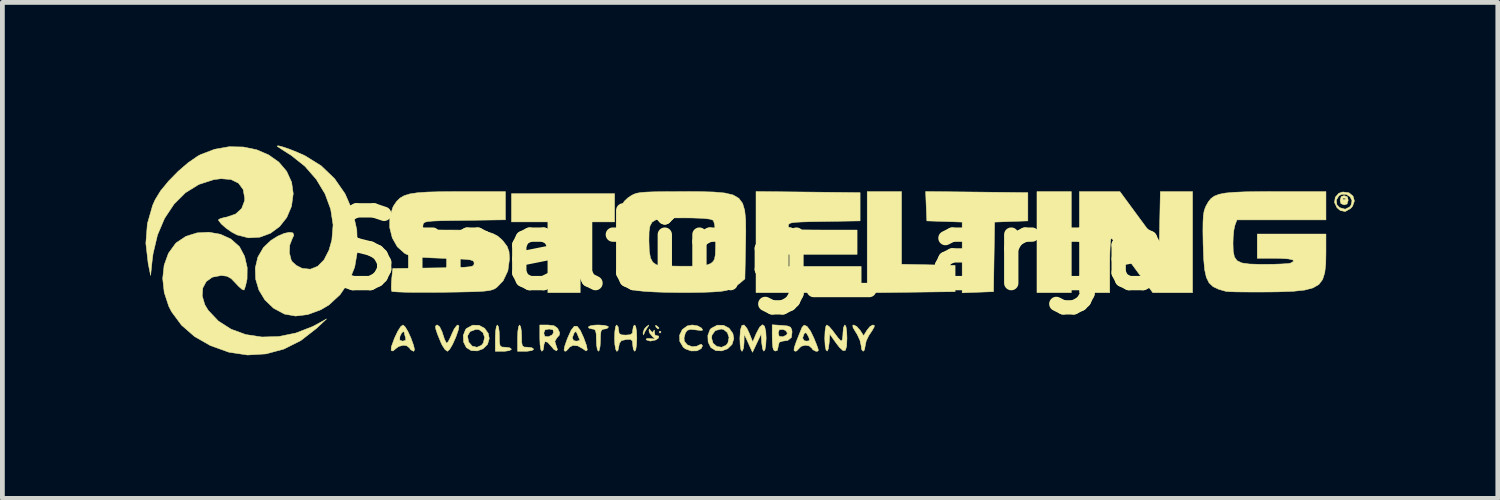
<source format=kicad_pcb>
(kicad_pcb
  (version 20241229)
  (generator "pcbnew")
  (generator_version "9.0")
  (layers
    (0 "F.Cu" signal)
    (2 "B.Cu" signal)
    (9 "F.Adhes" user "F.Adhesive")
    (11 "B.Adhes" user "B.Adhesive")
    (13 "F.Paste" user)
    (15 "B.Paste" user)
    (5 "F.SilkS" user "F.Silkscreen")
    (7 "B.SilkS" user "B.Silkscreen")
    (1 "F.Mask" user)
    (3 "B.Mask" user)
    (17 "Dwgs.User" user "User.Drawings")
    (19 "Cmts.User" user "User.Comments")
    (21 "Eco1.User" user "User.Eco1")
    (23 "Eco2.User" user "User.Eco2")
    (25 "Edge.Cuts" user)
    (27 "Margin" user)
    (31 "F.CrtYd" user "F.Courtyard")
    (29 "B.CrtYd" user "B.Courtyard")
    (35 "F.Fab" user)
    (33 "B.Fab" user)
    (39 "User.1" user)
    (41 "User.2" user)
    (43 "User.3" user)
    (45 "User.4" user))
  (footprint "Stoelting_Large"
    (layer "F.Cu")
    (at 12.617 2.191)
    (property "Reference" "Stoelting_Large" (at 0 0 0) (layer "F.SilkS") (effects (font (size 1.524 1.524) (thickness 0.3))))
    (attr through_hole)
    (fp_poly (pts (xy -1.82 1.714) (xy -1.841 1.736) (xy -1.863 1.714) (xy -1.841 1.693) (xy -1.82 1.714)) (stroke (width 0.01) (type solid)) (fill yes) (layer "F.SilkS"))
    (fp_poly (pts (xy 6.773 0.889) (xy 6.054 0.889) (xy 6.054 -1.228) (xy 6.773 -1.228) (xy 6.773 0.889)) (stroke (width 0.01) (type solid)) (fill yes) (layer "F.SilkS"))
    (fp_poly (pts (xy -1.912 1.583) (xy -1.866 1.623) (xy -1.863 1.632) (xy -1.883 1.65) (xy -1.925 1.611) (xy -1.93 1.602) (xy -1.935 1.573) (xy -1.912 1.583)) (stroke (width 0.01) (type solid)) (fill yes) (layer "F.SilkS"))
    (fp_poly (pts (xy 3.217 0.294) (xy 3.778 0.306) (xy 4.339 0.318) (xy 4.339 0.868) (xy 2.498 0.891) (xy 2.498 -1.228) (xy 3.217 -1.228) (xy 3.217 0.294)) (stroke (width 0.01) (type solid)) (fill yes) (layer "F.SilkS"))
    (fp_poly (pts (xy -2.794 -0.593) (xy -3.514 -0.593) (xy -3.514 0.889) (xy -4.191 0.889) (xy -4.191 -0.593) (xy -4.953 -0.593) (xy -4.953 -1.185) (xy -2.794 -1.185) (xy -2.794 -0.593)) (stroke (width 0.01) (type solid)) (fill yes) (layer "F.SilkS"))
    (fp_poly (pts (xy -2.084 1.587) (xy -2.1 1.609) (xy -2.155 1.699) (xy -2.171 1.736) (xy -2.191 1.775) (xy -2.198 1.731) (xy -2.198 1.73) (xy -2.17 1.65) (xy -2.127 1.603) (xy -2.077 1.567) (xy -2.084 1.587)) (stroke (width 0.01) (type solid)) (fill yes) (layer "F.SilkS"))
    (fp_poly (pts (xy 4.792 -1.218) (xy 5.863 -1.206) (xy 5.863 -0.614) (xy 5.515 -0.602) (xy 5.167 -0.589) (xy 5.155 0.139) (xy 5.144 0.868) (xy 4.815 0.88) (xy 4.487 0.893) (xy 4.487 -0.589) (xy 4.117 -0.602) (xy 3.747 -0.614) (xy 3.734 -0.921) (xy 3.722 -1.229) (xy 4.792 -1.218)) (stroke (width 0.01) (type solid)) (fill yes) (layer "F.SilkS"))
    (fp_poly (pts (xy 12.557 -1.116) (xy 12.573 -1.046) (xy 12.549 -0.968) (xy 12.488 -0.949) (xy 12.42 -0.977) (xy 12.404 -1.046) (xy 12.416 -1.087) (xy 12.46 -1.087) (xy 12.466 -1.061) (xy 12.488 -1.058) (xy 12.523 -1.074) (xy 12.517 -1.087) (xy 12.466 -1.092) (xy 12.46 -1.087) (xy 12.416 -1.087) (xy 12.428 -1.124) (xy 12.488 -1.143) (xy 12.557 -1.116)) (stroke (width 0.01) (type solid)) (fill yes) (layer "F.SilkS"))
    (fp_poly (pts (xy -5.226 1.605) (xy -5.211 1.703) (xy -5.207 1.799) (xy -5.205 1.932) (xy -5.191 2.002) (xy -5.154 2.028) (xy -5.082 2.032) (xy -5.08 2.032) (xy -4.991 2.044) (xy -4.953 2.074) (xy -4.953 2.074) (xy -4.991 2.101) (xy -5.084 2.116) (xy -5.122 2.117) (xy -5.292 2.117) (xy -5.292 1.841) (xy -5.286 1.698) (xy -5.27 1.599) (xy -5.249 1.566) (xy -5.226 1.605)) (stroke (width 0.01) (type solid)) (fill yes) (layer "F.SilkS"))
    (fp_poly (pts (xy -4.76 1.605) (xy -4.745 1.703) (xy -4.741 1.799) (xy -4.739 1.932) (xy -4.725 2.002) (xy -4.688 2.028) (xy -4.616 2.032) (xy -4.614 2.032) (xy -4.525 2.044) (xy -4.487 2.074) (xy -4.487 2.074) (xy -4.525 2.101) (xy -4.619 2.116) (xy -4.657 2.117) (xy -4.826 2.117) (xy -4.826 1.841) (xy -4.82 1.698) (xy -4.804 1.599) (xy -4.784 1.566) (xy -4.76 1.605)) (stroke (width 0.01) (type solid)) (fill yes) (layer "F.SilkS"))
    (fp_poly (pts (xy -2.036 1.688) (xy -2.001 1.724) (xy -1.975 1.688) (xy -1.959 1.673) (xy -1.959 1.714) (xy -1.946 1.779) (xy -1.916 1.789) (xy -1.868 1.799) (xy -1.874 1.839) (xy -1.93 1.879) (xy -2.047 1.904) (xy -2.125 1.88) (xy -2.134 1.869) (xy -2.116 1.848) (xy -2.041 1.85) (xy -1.965 1.859) (xy -1.962 1.841) (xy -2 1.808) (xy -2.06 1.735) (xy -2.074 1.689) (xy -2.066 1.651) (xy -2.036 1.688)) (stroke (width 0.01) (type solid)) (fill yes) (layer "F.SilkS"))
    (fp_poly (pts (xy 8.203 -0.668) (xy 8.615 -0.109) (xy 8.627 -0.668) (xy 8.638 -1.228) (xy 9.313 -1.228) (xy 9.313 0.889) (xy 8.48 0.889) (xy 8.061 0.319) (xy 7.92 0.129) (xy 7.795 -0.033) (xy 7.696 -0.159) (xy 7.63 -0.235) (xy 7.609 -0.253) (xy 7.598 -0.214) (xy 7.588 -0.105) (xy 7.581 0.058) (xy 7.578 0.259) (xy 7.578 0.318) (xy 7.578 0.889) (xy 6.943 0.889) (xy 6.943 -1.228) (xy 7.791 -1.228) (xy 8.203 -0.668)) (stroke (width 0.01) (type solid)) (fill yes) (layer "F.SilkS"))
    (fp_poly (pts (xy 2.647 1.575) (xy 2.643 1.61) (xy 2.599 1.687) (xy 2.533 1.785) (xy 2.477 1.9) (xy 2.455 2.007) (xy 2.441 2.088) (xy 2.413 2.117) (xy 2.382 2.08) (xy 2.371 1.999) (xy 2.347 1.891) (xy 2.288 1.763) (xy 2.263 1.724) (xy 2.202 1.622) (xy 2.195 1.574) (xy 2.216 1.566) (xy 2.28 1.599) (xy 2.349 1.677) (xy 2.35 1.679) (xy 2.423 1.791) (xy 2.491 1.679) (xy 2.556 1.599) (xy 2.616 1.566) (xy 2.647 1.575)) (stroke (width 0.01) (type solid)) (fill yes) (layer "F.SilkS"))
    (fp_poly (pts (xy -3.012 1.574) (xy -2.935 1.593) (xy -2.921 1.609) (xy -2.956 1.643) (xy -3.006 1.651) (xy -3.055 1.661) (xy -3.08 1.705) (xy -3.089 1.802) (xy -3.09 1.884) (xy -3.097 2.011) (xy -3.115 2.096) (xy -3.133 2.117) (xy -3.156 2.078) (xy -3.171 1.98) (xy -3.175 1.884) (xy -3.179 1.749) (xy -3.195 1.679) (xy -3.23 1.653) (xy -3.26 1.651) (xy -3.328 1.633) (xy -3.344 1.609) (xy -3.306 1.585) (xy -3.209 1.569) (xy -3.133 1.566) (xy -3.012 1.574)) (stroke (width 0.01) (type solid)) (fill yes) (layer "F.SilkS"))
    (fp_poly (pts (xy 1.259 -1.218) (xy 2.349 -1.206) (xy 2.349 -0.614) (xy 1.598 -0.602) (xy 1.329 -0.598) (xy 1.133 -0.592) (xy 0.999 -0.585) (xy 0.915 -0.574) (xy 0.869 -0.558) (xy 0.85 -0.536) (xy 0.847 -0.507) (xy 0.851 -0.477) (xy 0.87 -0.454) (xy 0.918 -0.44) (xy 1.005 -0.43) (xy 1.143 -0.426) (xy 1.344 -0.424) (xy 1.566 -0.423) (xy 2.286 -0.423) (xy 2.286 0.085) (xy 0.847 0.085) (xy 0.847 0.339) (xy 2.371 0.339) (xy 2.371 0.889) (xy 0.169 0.889) (xy 0.169 -1.229) (xy 1.259 -1.218)) (stroke (width 0.01) (type solid)) (fill yes) (layer "F.SilkS"))
    (fp_poly (pts (xy 12.59 -1.203) (xy 12.674 -1.133) (xy 12.703 -1.032) (xy 12.664 -0.921) (xy 12.623 -0.874) (xy 12.512 -0.811) (xy 12.408 -0.831) (xy 12.339 -0.89) (xy 12.286 -1) (xy 12.294 -1.051) (xy 12.325 -1.051) (xy 12.336 -0.953) (xy 12.393 -0.892) (xy 12.51 -0.859) (xy 12.605 -0.907) (xy 12.632 -0.942) (xy 12.653 -1.037) (xy 12.613 -1.119) (xy 12.534 -1.17) (xy 12.438 -1.172) (xy 12.38 -1.141) (xy 12.325 -1.051) (xy 12.294 -1.051) (xy 12.303 -1.11) (xy 12.377 -1.193) (xy 12.46 -1.22) (xy 12.59 -1.203)) (stroke (width 0.01) (type solid)) (fill yes) (layer "F.SilkS"))
    (fp_poly (pts (xy -6.053 1.589) (xy -6.065 1.665) (xy -6.113 1.804) (xy -6.128 1.841) (xy -6.19 1.978) (xy -6.249 2.077) (xy -6.294 2.117) (xy -6.295 2.117) (xy -6.345 2.081) (xy -6.404 1.991) (xy -6.43 1.937) (xy -6.502 1.762) (xy -6.539 1.651) (xy -6.545 1.59) (xy -6.521 1.568) (xy -6.507 1.566) (xy -6.457 1.605) (xy -6.408 1.708) (xy -6.392 1.757) (xy -6.355 1.869) (xy -6.32 1.938) (xy -6.308 1.947) (xy -6.276 1.911) (xy -6.23 1.82) (xy -6.204 1.757) (xy -6.151 1.645) (xy -6.097 1.577) (xy -6.075 1.566) (xy -6.053 1.589)) (stroke (width 0.01) (type solid)) (fill yes) (layer "F.SilkS"))
    (fp_poly (pts (xy -1.053 1.585) (xy -0.974 1.63) (xy -0.972 1.631) (xy -0.948 1.671) (xy -0.976 1.683) (xy -1.069 1.672) (xy -1.09 1.669) (xy -1.206 1.658) (xy -1.27 1.678) (xy -1.311 1.733) (xy -1.339 1.838) (xy -1.333 1.907) (xy -1.271 1.982) (xy -1.17 2.021) (xy -1.07 2.011) (xy -1.043 1.995) (xy -0.978 1.968) (xy -0.952 2.002) (xy -0.979 2.06) (xy -1.068 2.108) (xy -1.19 2.11) (xy -1.309 2.067) (xy -1.355 2.032) (xy -1.428 1.91) (xy -1.432 1.78) (xy -1.377 1.664) (xy -1.272 1.586) (xy -1.167 1.566) (xy -1.053 1.585)) (stroke (width 0.01) (type solid)) (fill yes) (layer "F.SilkS"))
    (fp_poly (pts (xy -5.633 1.573) (xy -5.516 1.635) (xy -5.438 1.745) (xy -5.419 1.851) (xy -5.455 1.973) (xy -5.547 2.063) (xy -5.669 2.109) (xy -5.796 2.103) (xy -5.899 2.039) (xy -5.957 1.923) (xy -5.962 1.795) (xy -5.874 1.795) (xy -5.852 1.92) (xy -5.851 1.923) (xy -5.776 2.009) (xy -5.676 2.033) (xy -5.581 1.991) (xy -5.543 1.942) (xy -5.516 1.825) (xy -5.55 1.725) (xy -5.632 1.665) (xy -5.701 1.659) (xy -5.821 1.704) (xy -5.874 1.795) (xy -5.962 1.795) (xy -5.963 1.786) (xy -5.917 1.665) (xy -5.892 1.636) (xy -5.766 1.57) (xy -5.633 1.573)) (stroke (width 0.01) (type solid)) (fill yes) (layer "F.SilkS"))
    (fp_poly (pts (xy -0.51 1.573) (xy -0.394 1.635) (xy -0.316 1.745) (xy -0.296 1.851) (xy -0.333 1.973) (xy -0.424 2.063) (xy -0.547 2.109) (xy -0.674 2.103) (xy -0.777 2.039) (xy -0.834 1.923) (xy -0.838 1.841) (xy -0.762 1.841) (xy -0.73 1.95) (xy -0.65 2.016) (xy -0.551 2.033) (xy -0.458 1.991) (xy -0.42 1.942) (xy -0.396 1.828) (xy -0.431 1.725) (xy -0.511 1.66) (xy -0.562 1.651) (xy -0.685 1.684) (xy -0.753 1.777) (xy -0.762 1.841) (xy -0.838 1.841) (xy -0.84 1.786) (xy -0.795 1.665) (xy -0.769 1.636) (xy -0.643 1.57) (xy -0.51 1.573)) (stroke (width 0.01) (type solid)) (fill yes) (layer "F.SilkS"))
    (fp_poly (pts (xy 0.348 1.592) (xy 0.374 1.703) (xy 0.381 1.841) (xy 0.373 1.994) (xy 0.355 2.087) (xy 0.331 2.114) (xy 0.307 2.069) (xy 0.289 1.947) (xy 0.288 1.937) (xy 0.275 1.757) (xy 0.095 2.138) (xy 0.008 1.947) (xy -0.079 1.757) (xy -0.082 1.937) (xy -0.092 2.047) (xy -0.116 2.11) (xy -0.127 2.117) (xy -0.149 2.078) (xy -0.164 1.975) (xy -0.169 1.841) (xy -0.158 1.671) (xy -0.128 1.578) (xy -0.082 1.565) (xy -0.023 1.633) (xy 0.029 1.743) (xy 0.1 1.921) (xy 0.175 1.743) (xy 0.245 1.611) (xy 0.304 1.561) (xy 0.348 1.592)) (stroke (width 0.01) (type solid)) (fill yes) (layer "F.SilkS"))
    (fp_poly (pts (xy 0.709 1.575) (xy 0.831 1.587) (xy 0.893 1.613) (xy 0.918 1.668) (xy 0.924 1.71) (xy 0.911 1.827) (xy 0.834 1.89) (xy 0.73 1.904) (xy 0.657 1.926) (xy 0.635 2.002) (xy 0.635 2.011) (xy 0.617 2.098) (xy 0.571 2.113) (xy 0.536 2.088) (xy 0.521 2.034) (xy 0.511 1.922) (xy 0.508 1.811) (xy 0.508 1.736) (xy 0.635 1.736) (xy 0.654 1.804) (xy 0.726 1.813) (xy 0.73 1.813) (xy 0.805 1.778) (xy 0.826 1.736) (xy 0.789 1.681) (xy 0.73 1.659) (xy 0.656 1.666) (xy 0.635 1.732) (xy 0.635 1.736) (xy 0.508 1.736) (xy 0.508 1.562) (xy 0.709 1.575)) (stroke (width 0.01) (type solid)) (fill yes) (layer "F.SilkS"))
    (fp_poly (pts (xy 2.054 1.605) (xy 2.069 1.708) (xy 2.074 1.841) (xy 2.067 2.01) (xy 2.041 2.097) (xy 1.992 2.104) (xy 1.916 2.034) (xy 1.841 1.936) (xy 1.714 1.757) (xy 1.701 1.937) (xy 1.684 2.064) (xy 1.661 2.113) (xy 1.636 2.091) (xy 1.617 2.002) (xy 1.609 1.853) (xy 1.609 1.841) (xy 1.615 1.696) (xy 1.631 1.598) (xy 1.651 1.566) (xy 1.699 1.598) (xy 1.77 1.68) (xy 1.81 1.734) (xy 1.884 1.832) (xy 1.941 1.894) (xy 1.958 1.903) (xy 1.978 1.867) (xy 1.989 1.774) (xy 1.99 1.736) (xy 1.999 1.63) (xy 2.023 1.571) (xy 2.032 1.566) (xy 2.054 1.605)) (stroke (width 0.01) (type solid)) (fill yes) (layer "F.SilkS"))
    (fp_poly (pts (xy -3.577 1.594) (xy -3.512 1.678) (xy -3.44 1.836) (xy -3.381 1.999) (xy -3.365 2.089) (xy -3.392 2.11) (xy -3.461 2.062) (xy -3.464 2.06) (xy -3.563 2.004) (xy -3.666 1.994) (xy -3.74 2.032) (xy -3.752 2.053) (xy -3.804 2.109) (xy -3.832 2.117) (xy -3.853 2.092) (xy -3.838 2.01) (xy -3.787 1.864) (xy -3.777 1.84) (xy -3.775 1.835) (xy -3.68 1.835) (xy -3.651 1.893) (xy -3.596 1.905) (xy -3.533 1.893) (xy -3.526 1.873) (xy -3.553 1.81) (xy -3.573 1.758) (xy -3.602 1.703) (xy -3.634 1.724) (xy -3.642 1.737) (xy -3.68 1.835) (xy -3.775 1.835) (xy -3.703 1.675) (xy -3.638 1.593) (xy -3.577 1.594)) (stroke (width 0.01) (type solid)) (fill yes) (layer "F.SilkS"))
    (fp_poly (pts (xy -2.349 1.605) (xy -2.333 1.708) (xy -2.328 1.841) (xy -2.334 1.985) (xy -2.35 2.084) (xy -2.371 2.117) (xy -2.4 2.08) (xy -2.413 1.991) (xy -2.413 1.987) (xy -2.421 1.899) (xy -2.461 1.868) (xy -2.551 1.871) (xy -2.649 1.893) (xy -2.692 1.949) (xy -2.702 2) (xy -2.722 2.098) (xy -2.746 2.12) (xy -2.77 2.077) (xy -2.788 1.977) (xy -2.794 1.841) (xy -2.788 1.698) (xy -2.772 1.599) (xy -2.752 1.566) (xy -2.72 1.603) (xy -2.709 1.672) (xy -2.698 1.744) (xy -2.648 1.773) (xy -2.561 1.778) (xy -2.461 1.77) (xy -2.42 1.735) (xy -2.413 1.672) (xy -2.399 1.593) (xy -2.371 1.566) (xy -2.349 1.605)) (stroke (width 0.01) (type solid)) (fill yes) (layer "F.SilkS"))
    (fp_poly (pts (xy -7.183 1.603) (xy -7.124 1.699) (xy -7.062 1.834) (xy -7.059 1.841) (xy -7.003 1.996) (xy -6.984 2.085) (xy -7.001 2.116) (xy -7.005 2.117) (xy -7.067 2.083) (xy -7.085 2.053) (xy -7.142 2.004) (xy -7.211 1.99) (xy -7.313 2.015) (xy -7.366 2.053) (xy -7.435 2.111) (xy -7.474 2.1) (xy -7.47 2.025) (xy -7.469 2.021) (xy -7.405 1.845) (xy -7.393 1.82) (xy -7.293 1.82) (xy -7.292 1.887) (xy -7.231 1.905) (xy -7.169 1.886) (xy -7.171 1.838) (xy -7.194 1.756) (xy -7.197 1.73) (xy -7.213 1.701) (xy -7.25 1.729) (xy -7.285 1.794) (xy -7.293 1.82) (xy -7.393 1.82) (xy -7.336 1.699) (xy -7.273 1.6) (xy -7.226 1.566) (xy -7.183 1.603)) (stroke (width 0.01) (type solid)) (fill yes) (layer "F.SilkS"))
    (fp_poly (pts (xy 1.239 1.597) (xy 1.311 1.695) (xy 1.38 1.838) (xy 1.439 1.983) (xy 1.469 2.067) (xy 1.474 2.105) (xy 1.455 2.116) (xy 1.423 2.117) (xy 1.357 2.083) (xy 1.339 2.053) (xy 1.283 2.005) (xy 1.206 1.99) (xy 1.116 2.012) (xy 1.074 2.053) (xy 1.021 2.109) (xy 0.991 2.117) (xy 0.964 2.1) (xy 0.97 2.039) (xy 1.011 1.92) (xy 1.021 1.894) (xy 1.043 1.839) (xy 1.145 1.839) (xy 1.178 1.895) (xy 1.227 1.905) (xy 1.283 1.896) (xy 1.284 1.851) (xy 1.262 1.798) (xy 1.219 1.729) (xy 1.183 1.738) (xy 1.179 1.745) (xy 1.145 1.839) (xy 1.043 1.839) (xy 1.074 1.762) (xy 1.116 1.657) (xy 1.132 1.617) (xy 1.177 1.569) (xy 1.239 1.597)) (stroke (width 0.01) (type solid)) (fill yes) (layer "F.SilkS"))
    (fp_poly (pts (xy -4.063 1.581) (xy -3.991 1.632) (xy -3.981 1.648) (xy -3.943 1.73) (xy -3.953 1.782) (xy -4.003 1.837) (xy -4.045 1.908) (xy -4.02 1.992) (xy -4.02 1.992) (xy -3.99 2.079) (xy -4.01 2.108) (xy -4.067 2.076) (xy -4.113 2.021) (xy -4.196 1.928) (xy -4.25 1.914) (xy -4.274 1.978) (xy -4.276 2.011) (xy -4.29 2.09) (xy -4.318 2.117) (xy -4.34 2.078) (xy -4.355 1.975) (xy -4.36 1.841) (xy -4.36 1.739) (xy -4.276 1.739) (xy -4.255 1.804) (xy -4.181 1.813) (xy -4.181 1.813) (xy -4.1 1.773) (xy -4.072 1.725) (xy -4.084 1.668) (xy -4.16 1.651) (xy -4.167 1.651) (xy -4.251 1.669) (xy -4.276 1.734) (xy -4.276 1.739) (xy -4.36 1.739) (xy -4.36 1.566) (xy -4.192 1.566) (xy -4.063 1.581)) (stroke (width 0.01) (type solid)) (fill yes) (layer "F.SilkS"))
    (fp_poly (pts (xy -10.57 -2.162) (xy -10.29 -2.104) (xy -10.039 -1.996) (xy -9.826 -1.845) (xy -9.663 -1.653) (xy -9.559 -1.426) (xy -9.525 -1.186) (xy -9.561 -0.919) (xy -9.66 -0.686) (xy -9.811 -0.495) (xy -10.003 -0.354) (xy -10.224 -0.273) (xy -10.462 -0.259) (xy -10.701 -0.32) (xy -10.814 -0.38) (xy -10.931 -0.462) (xy -11.029 -0.548) (xy -11.085 -0.618) (xy -11.091 -0.638) (xy -11.054 -0.661) (xy -10.96 -0.687) (xy -10.919 -0.694) (xy -10.733 -0.757) (xy -10.605 -0.873) (xy -10.545 -1.032) (xy -10.541 -1.089) (xy -10.574 -1.273) (xy -10.672 -1.405) (xy -10.828 -1.481) (xy -11.038 -1.498) (xy -11.188 -1.479) (xy -11.501 -1.378) (xy -11.781 -1.205) (xy -12.022 -0.965) (xy -12.22 -0.667) (xy -12.368 -0.319) (xy -12.461 0.074) (xy -12.479 0.212) (xy -12.512 0.529) (xy -12.563 0.279) (xy -12.612 -0.145) (xy -12.58 -0.555) (xy -12.469 -0.942) (xy -12.417 -1.058) (xy -12.303 -1.244) (xy -12.135 -1.448) (xy -11.935 -1.652) (xy -11.725 -1.833) (xy -11.525 -1.971) (xy -11.47 -2.001) (xy -11.17 -2.115) (xy -10.867 -2.168) (xy -10.57 -2.162)) (stroke (width 0.01) (type solid)) (fill yes) (layer "F.SilkS"))
    (fp_poly (pts (xy -11.049 -0.334) (xy -10.831 -0.234) (xy -10.657 -0.08) (xy -10.648 -0.069) (xy -10.543 0.129) (xy -10.489 0.365) (xy -10.492 0.603) (xy -10.496 0.626) (xy -10.523 0.743) (xy -10.549 0.821) (xy -10.557 0.834) (xy -10.597 0.82) (xy -10.67 0.756) (xy -10.726 0.696) (xy -10.824 0.594) (xy -10.911 0.545) (xy -11.019 0.531) (xy -11.041 0.531) (xy -11.219 0.565) (xy -11.347 0.656) (xy -11.419 0.791) (xy -11.431 0.957) (xy -11.378 1.139) (xy -11.307 1.258) (xy -11.092 1.485) (xy -10.825 1.655) (xy -10.518 1.767) (xy -10.181 1.818) (xy -9.828 1.808) (xy -9.47 1.735) (xy -9.117 1.598) (xy -9.017 1.545) (xy -8.826 1.439) (xy -9.041 1.64) (xy -9.365 1.892) (xy -9.72 2.07) (xy -10.096 2.172) (xy -10.482 2.195) (xy -10.87 2.137) (xy -10.88 2.134) (xy -11.26 1.998) (xy -11.592 1.808) (xy -11.865 1.57) (xy -12.072 1.291) (xy -12.132 1.174) (xy -12.227 0.885) (xy -12.259 0.593) (xy -12.229 0.314) (xy -12.139 0.065) (xy -11.991 -0.139) (xy -11.973 -0.157) (xy -11.774 -0.29) (xy -11.541 -0.363) (xy -11.292 -0.377) (xy -11.049 -0.334)) (stroke (width 0.01) (type solid)) (fill yes) (layer "F.SilkS"))
    (fp_poly (pts (xy -9.735 -2.161) (xy -9.603 -2.116) (xy -9.452 -2.056) (xy -9.302 -1.99) (xy -9.272 -1.975) (xy -8.938 -1.767) (xy -8.659 -1.499) (xy -8.438 -1.18) (xy -8.281 -0.819) (xy -8.193 -0.425) (xy -8.178 -0.007) (xy -8.179 0.013) (xy -8.237 0.352) (xy -8.361 0.662) (xy -8.543 0.93) (xy -8.774 1.144) (xy -8.944 1.246) (xy -9.22 1.348) (xy -9.478 1.379) (xy -9.707 1.338) (xy -9.708 1.338) (xy -9.939 1.214) (xy -10.119 1.041) (xy -10.244 0.834) (xy -10.312 0.606) (xy -10.32 0.372) (xy -10.266 0.145) (xy -10.147 -0.059) (xy -9.991 -0.206) (xy -9.846 -0.296) (xy -9.713 -0.353) (xy -9.604 -0.375) (xy -9.532 -0.363) (xy -9.512 -0.314) (xy -9.546 -0.242) (xy -9.598 -0.107) (xy -9.605 0.056) (xy -9.568 0.204) (xy -9.546 0.241) (xy -9.462 0.317) (xy -9.345 0.377) (xy -9.337 0.38) (xy -9.166 0.398) (xy -9.012 0.336) (xy -8.88 0.202) (xy -8.776 -0.001) (xy -8.716 -0.211) (xy -8.69 -0.53) (xy -8.74 -0.858) (xy -8.859 -1.181) (xy -9.042 -1.485) (xy -9.281 -1.759) (xy -9.57 -1.989) (xy -9.613 -2.016) (xy -9.737 -2.095) (xy -9.827 -2.154) (xy -9.864 -2.182) (xy -9.864 -2.183) (xy -9.828 -2.186) (xy -9.735 -2.161)) (stroke (width 0.01) (type solid)) (fill yes) (layer "F.SilkS"))
    (fp_poly (pts (xy 12.107 -0.635) (xy 10.243 -0.635) (xy 10.201 -0.526) (xy 10.179 -0.426) (xy 10.164 -0.278) (xy 10.16 -0.145) (xy 10.165 0.023) (xy 10.19 0.142) (xy 10.246 0.22) (xy 10.346 0.267) (xy 10.502 0.289) (xy 10.726 0.296) (xy 10.813 0.296) (xy 11.012 0.294) (xy 11.184 0.288) (xy 11.309 0.28) (xy 11.363 0.271) (xy 11.429 0.233) (xy 11.414 0.203) (xy 11.322 0.182) (xy 11.156 0.171) (xy 11.049 0.169) (xy 10.668 0.169) (xy 10.668 -0.339) (xy 12.107 -0.339) (xy 12.107 0.044) (xy 12.103 0.283) (xy 12.082 0.471) (xy 12.037 0.614) (xy 11.958 0.718) (xy 11.836 0.789) (xy 11.662 0.835) (xy 11.428 0.86) (xy 11.123 0.872) (xy 10.901 0.875) (xy 10.643 0.876) (xy 10.411 0.875) (xy 10.218 0.873) (xy 10.08 0.868) (xy 10.012 0.862) (xy 10.012 0.862) (xy 9.858 0.818) (xy 9.742 0.763) (xy 9.659 0.684) (xy 9.602 0.569) (xy 9.566 0.407) (xy 9.546 0.185) (xy 9.535 -0.108) (xy 9.534 -0.148) (xy 9.53 -0.403) (xy 9.532 -0.59) (xy 9.539 -0.723) (xy 9.555 -0.819) (xy 9.58 -0.894) (xy 9.597 -0.931) (xy 9.645 -1.015) (xy 9.699 -1.082) (xy 9.77 -1.133) (xy 9.867 -1.171) (xy 10 -1.197) (xy 10.179 -1.213) (xy 10.415 -1.223) (xy 10.716 -1.227) (xy 11.038 -1.228) (xy 12.107 -1.228) (xy 12.107 -0.635)) (stroke (width 0.01) (type solid)) (fill yes) (layer "F.SilkS"))
    (fp_poly (pts (xy -1.011 -1.227) (xy -0.713 -1.219) (xy -0.482 -1.198) (xy -0.311 -1.157) (xy -0.191 -1.087) (xy -0.112 -0.981) (xy -0.068 -0.833) (xy -0.048 -0.636) (xy -0.045 -0.382) (xy -0.05 -0.097) (xy -0.064 0.6) (xy -0.18 0.7) (xy -0.304 0.781) (xy -0.446 0.842) (xy -0.455 0.844) (xy -0.562 0.861) (xy -0.734 0.874) (xy -0.953 0.882) (xy -1.203 0.886) (xy -1.466 0.886) (xy -1.726 0.882) (xy -1.964 0.874) (xy -2.164 0.862) (xy -2.308 0.847) (xy -2.367 0.834) (xy -2.476 0.787) (xy -2.559 0.728) (xy -2.617 0.642) (xy -2.657 0.519) (xy -2.681 0.345) (xy -2.695 0.108) (xy -2.702 -0.127) (xy -2.702 -0.196) (xy -2.074 -0.196) (xy -2.067 0.017) (xy -2.042 0.161) (xy -1.994 0.252) (xy -1.919 0.304) (xy -1.905 0.309) (xy -1.839 0.319) (xy -1.708 0.327) (xy -1.532 0.333) (xy -1.354 0.335) (xy -1.122 0.334) (xy -0.96 0.325) (xy -0.851 0.307) (xy -0.781 0.279) (xy -0.771 0.273) (xy -0.727 0.234) (xy -0.699 0.182) (xy -0.684 0.096) (xy -0.678 -0.041) (xy -0.677 -0.184) (xy -0.683 -0.4) (xy -0.7 -0.55) (xy -0.727 -0.625) (xy -0.728 -0.627) (xy -0.796 -0.651) (xy -0.942 -0.668) (xy -1.169 -0.676) (xy -1.333 -0.677) (xy -1.599 -0.676) (xy -1.793 -0.665) (xy -1.925 -0.639) (xy -2.008 -0.589) (xy -2.052 -0.508) (xy -2.071 -0.388) (xy -2.074 -0.222) (xy -2.074 -0.196) (xy -2.702 -0.196) (xy -2.705 -0.422) (xy -2.699 -0.647) (xy -2.68 -0.813) (xy -2.645 -0.935) (xy -2.591 -1.025) (xy -2.514 -1.097) (xy -2.443 -1.145) (xy -2.391 -1.172) (xy -2.331 -1.193) (xy -2.25 -1.207) (xy -2.136 -1.217) (xy -1.977 -1.223) (xy -1.761 -1.226) (xy -1.475 -1.227) (xy -1.385 -1.228) (xy -1.011 -1.227)) (stroke (width 0.01) (type solid)) (fill yes) (layer "F.SilkS"))
    (fp_poly (pts (xy -5.08 -0.637) (xy -5.937 -0.625) (xy -6.227 -0.621) (xy -6.443 -0.617) (xy -6.596 -0.611) (xy -6.698 -0.602) (xy -6.759 -0.589) (xy -6.79 -0.57) (xy -6.804 -0.544) (xy -6.808 -0.519) (xy -6.811 -0.482) (xy -6.8 -0.456) (xy -6.762 -0.439) (xy -6.684 -0.429) (xy -6.555 -0.425) (xy -6.362 -0.423) (xy -6.194 -0.423) (xy -5.89 -0.42) (xy -5.657 -0.409) (xy -5.481 -0.387) (xy -5.349 -0.351) (xy -5.246 -0.298) (xy -5.16 -0.225) (xy -5.126 -0.188) (xy -5.044 -0.079) (xy -5.005 0.028) (xy -4.995 0.174) (xy -4.995 0.181) (xy -5.029 0.432) (xy -5.128 0.641) (xy -5.263 0.78) (xy -5.305 0.808) (xy -5.355 0.829) (xy -5.423 0.845) (xy -5.522 0.857) (xy -5.661 0.866) (xy -5.852 0.872) (xy -6.106 0.877) (xy -6.412 0.881) (xy -6.699 0.883) (xy -6.957 0.883) (xy -7.173 0.88) (xy -7.338 0.874) (xy -7.438 0.867) (xy -7.463 0.86) (xy -7.471 0.801) (xy -7.468 0.688) (xy -7.462 0.604) (xy -7.44 0.383) (xy -6.588 0.371) (xy -6.299 0.367) (xy -6.085 0.362) (xy -5.933 0.356) (xy -5.833 0.347) (xy -5.774 0.334) (xy -5.746 0.315) (xy -5.737 0.29) (xy -5.736 0.275) (xy -5.741 0.243) (xy -5.763 0.219) (xy -5.815 0.203) (xy -5.909 0.191) (xy -6.057 0.182) (xy -6.272 0.173) (xy -6.392 0.169) (xy -6.654 0.159) (xy -6.845 0.148) (xy -6.983 0.133) (xy -7.082 0.112) (xy -7.157 0.083) (xy -7.193 0.064) (xy -7.345 -0.072) (xy -7.45 -0.258) (xy -7.504 -0.474) (xy -7.502 -0.696) (xy -7.437 -0.902) (xy -7.413 -0.944) (xy -7.355 -1.028) (xy -7.287 -1.093) (xy -7.2 -1.143) (xy -7.083 -1.179) (xy -6.926 -1.203) (xy -6.717 -1.218) (xy -6.447 -1.225) (xy -6.105 -1.228) (xy -6.032 -1.228) (xy -5.08 -1.228) (xy -5.08 -0.637)) (stroke (width 0.01) (type solid)) (fill yes) (layer "F.SilkS")))
  (gr_rect
    (start -3 -3)
    (end 28.324 7.39)
    (stroke (width 0.1) (type default))
    (fill no)
    (layer "Edge.Cuts")))
</source>
